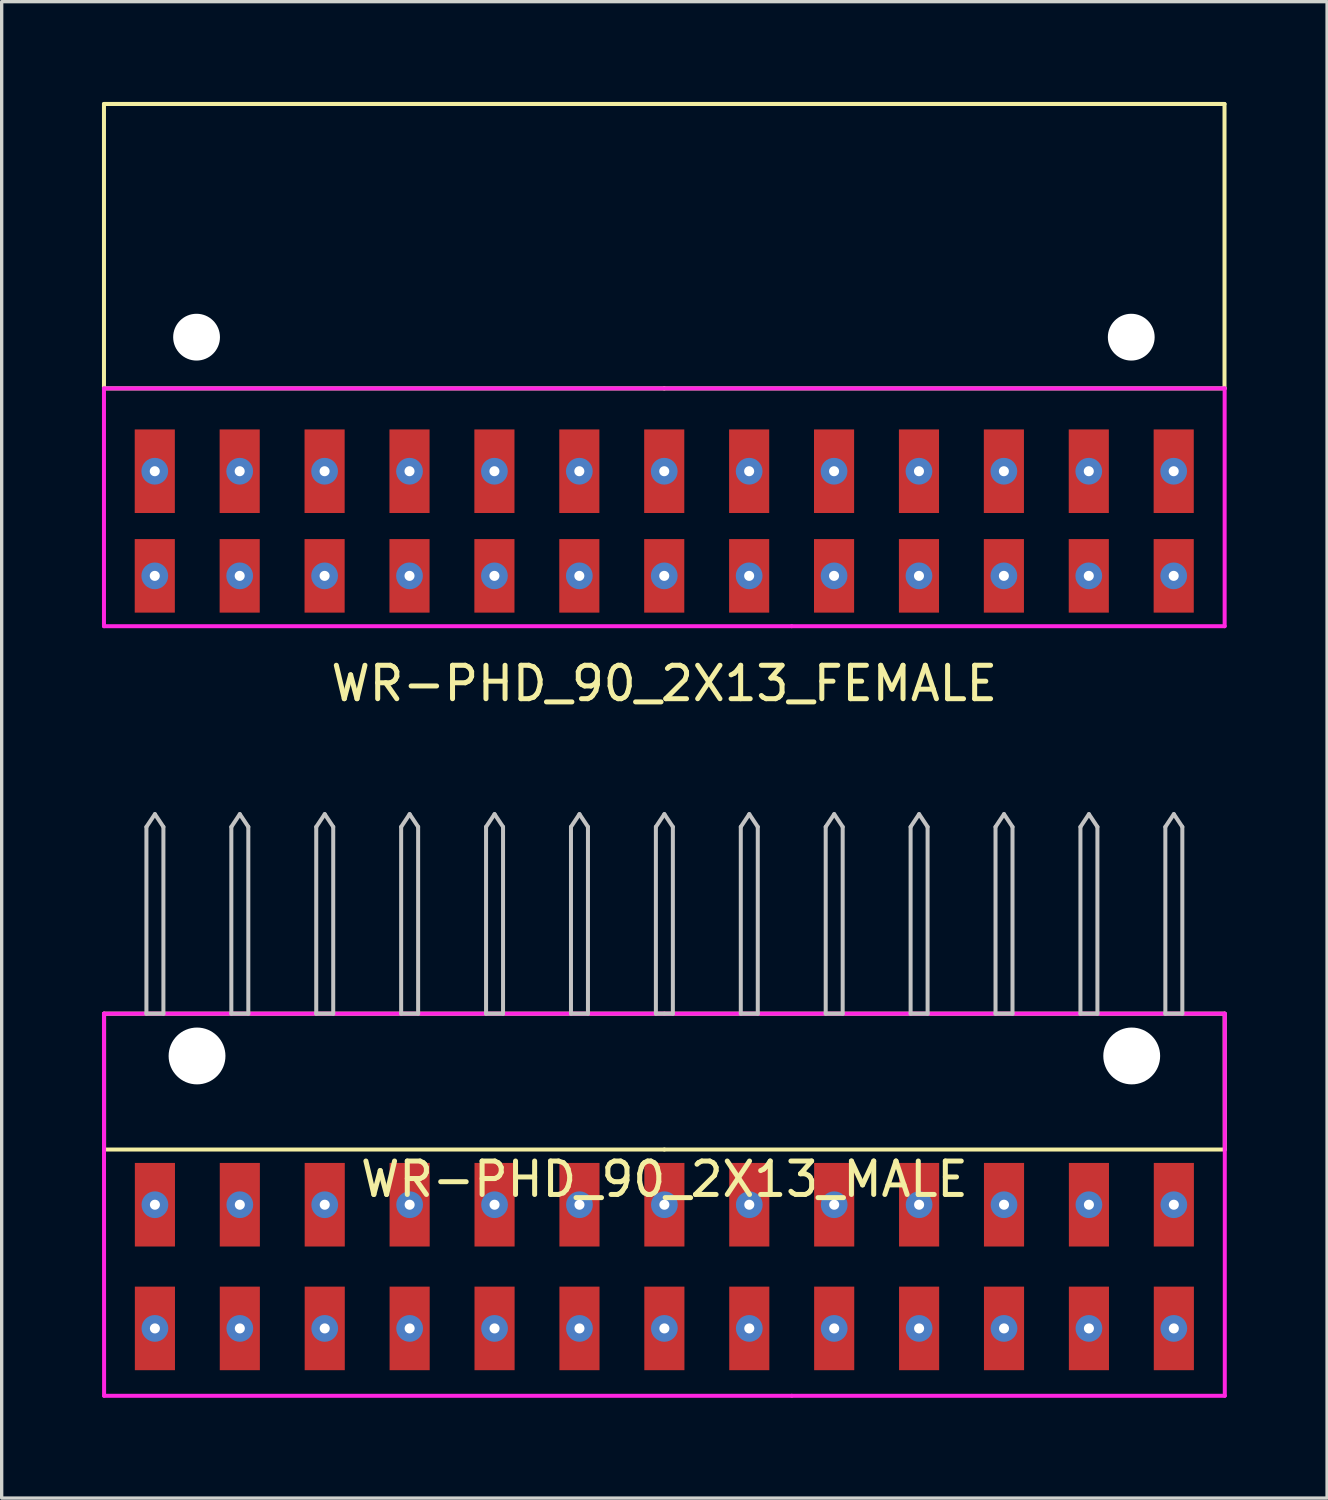
<source format=kicad_pcb>
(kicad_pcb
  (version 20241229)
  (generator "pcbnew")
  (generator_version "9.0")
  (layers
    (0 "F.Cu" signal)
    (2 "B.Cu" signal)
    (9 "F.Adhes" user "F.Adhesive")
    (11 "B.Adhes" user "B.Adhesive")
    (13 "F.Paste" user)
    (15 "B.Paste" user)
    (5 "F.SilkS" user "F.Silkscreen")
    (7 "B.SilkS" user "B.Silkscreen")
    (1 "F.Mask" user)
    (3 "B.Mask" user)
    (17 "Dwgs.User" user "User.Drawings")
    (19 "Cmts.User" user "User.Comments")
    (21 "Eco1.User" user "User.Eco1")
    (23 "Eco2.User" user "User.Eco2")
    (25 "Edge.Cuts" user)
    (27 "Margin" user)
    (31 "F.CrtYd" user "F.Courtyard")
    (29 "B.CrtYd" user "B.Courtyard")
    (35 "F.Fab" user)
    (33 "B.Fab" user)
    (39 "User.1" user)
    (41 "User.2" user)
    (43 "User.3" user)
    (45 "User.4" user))
  (footprint "WR-PHD_90_2X13_FEMALE"
    (layer "F.Cu")
    (at 16.82 11.046)
    (property "Reference" "WR-PHD_90_2X13_FEMALE" (at 0 6.35 180) (layer "F.SilkS") (effects (font (size 1 1) (thickness 0.15))))
    (attr smd)
    (fp_line (start -16.76 -10.986) (end -0.004 -10.986) (stroke (width 0.12) (type solid)) (layer "F.SilkS"))
    (fp_line (start -16.76 -2.477) (end -16.76 -10.986) (stroke (width 0.12) (type solid)) (layer "F.SilkS"))
    (fp_line (start -16.76 -2.477) (end 0 -2.477) (stroke (width 0.12) (type solid)) (layer "F.SilkS"))
    (fp_line (start 0 -10.986) (end 16.76 -10.986) (stroke (width 0.12) (type solid)) (layer "F.SilkS"))
    (fp_line (start 0 -2.477) (end 16.76 -2.477) (stroke (width 0.12) (type solid)) (layer "F.SilkS"))
    (fp_line (start 16.76 -2.477) (end 16.76 -10.986) (stroke (width 0.12) (type solid)) (layer "F.SilkS"))
    (fp_line (start -16.76 -2.477) (end -16.76 4.636) (stroke (width 0.12) (type solid)) (layer "F.CrtYd"))
    (fp_line (start -16.76 -2.477) (end 16.764 -2.477) (stroke (width 0.12) (type solid)) (layer "F.CrtYd"))
    (fp_line (start -16.76 4.636) (end 3.81 4.636) (stroke (width 0.12) (type solid)) (layer "F.CrtYd"))
    (fp_line (start 3.814 4.636) (end 16.764 4.636) (stroke (width 0.12) (type solid)) (layer "F.CrtYd"))
    (fp_line (start 16.764 -2.477) (end 16.764 4.636) (stroke (width 0.12) (type solid)) (layer "F.CrtYd"))
    (pad "" np_thru_hole circle (at -13.99 -4.01) (size 1.4 1.4) (drill 1.4) (layers "*.Cu" "*.Mask"))
    (pad "" np_thru_hole circle (at 13.97 -4.01) (size 1.4 1.4) (drill 1.4) (layers "*.Cu" "*.Mask"))
    (pad "1" thru_hole circle (at -15.24 3.13) (size 0.8 0.8) (drill 0.3) (layers "*.Cu" "*.Mask"))
    (pad "1" smd rect (at -15.24 3.13) (size 1.2 2.2) (layers "F.Cu" "F.Mask" "F.Paste"))
    (pad "2" thru_hole circle (at -15.24 0) (size 0.8 0.8) (drill 0.3) (layers "*.Cu" "*.Mask"))
    (pad "2" smd rect (at -15.24 0) (size 1.2 2.5) (layers "F.Cu" "F.Mask" "F.Paste"))
    (pad "3" thru_hole circle (at -12.7 3.13) (size 0.8 0.8) (drill 0.3) (layers "*.Cu" "*.Mask"))
    (pad "3" smd rect (at -12.7 3.13) (size 1.2 2.2) (layers "F.Cu" "F.Mask" "F.Paste"))
    (pad "4" thru_hole circle (at -12.7 0) (size 0.8 0.8) (drill 0.3) (layers "*.Cu" "*.Mask"))
    (pad "4" smd rect (at -12.7 0) (size 1.2 2.5) (layers "F.Cu" "F.Mask" "F.Paste"))
    (pad "5" thru_hole circle (at -10.16 3.13) (size 0.8 0.8) (drill 0.3) (layers "*.Cu" "*.Mask"))
    (pad "5" smd rect (at -10.16 3.13) (size 1.2 2.2) (layers "F.Cu" "F.Mask" "F.Paste"))
    (pad "6" thru_hole circle (at -10.16 0) (size 0.8 0.8) (drill 0.3) (layers "*.Cu" "*.Mask"))
    (pad "6" smd rect (at -10.16 0) (size 1.2 2.5) (layers "F.Cu" "F.Mask" "F.Paste"))
    (pad "7" thru_hole circle (at -7.62 3.13) (size 0.8 0.8) (drill 0.3) (layers "*.Cu" "*.Mask"))
    (pad "7" smd rect (at -7.62 3.13) (size 1.2 2.2) (layers "F.Cu" "F.Mask" "F.Paste"))
    (pad "8" thru_hole circle (at -7.62 0) (size 0.8 0.8) (drill 0.3) (layers "*.Cu" "*.Mask"))
    (pad "8" smd rect (at -7.62 0) (size 1.2 2.5) (layers "F.Cu" "F.Mask" "F.Paste"))
    (pad "9" thru_hole circle (at -5.08 3.13) (size 0.8 0.8) (drill 0.3) (layers "*.Cu" "*.Mask"))
    (pad "9" smd rect (at -5.08 3.13) (size 1.2 2.2) (layers "F.Cu" "F.Mask" "F.Paste"))
    (pad "10" thru_hole circle (at -5.08 0) (size 0.8 0.8) (drill 0.3) (layers "*.Cu" "*.Mask"))
    (pad "10" smd rect (at -5.08 0) (size 1.2 2.5) (layers "F.Cu" "F.Mask" "F.Paste"))
    (pad "11" thru_hole circle (at -2.54 3.13) (size 0.8 0.8) (drill 0.3) (layers "*.Cu" "*.Mask"))
    (pad "11" smd rect (at -2.54 3.13) (size 1.2 2.2) (layers "F.Cu" "F.Mask" "F.Paste"))
    (pad "12" thru_hole circle (at -2.54 0) (size 0.8 0.8) (drill 0.3) (layers "*.Cu" "*.Mask"))
    (pad "12" smd rect (at -2.54 0) (size 1.2 2.5) (layers "F.Cu" "F.Mask" "F.Paste"))
    (pad "13" thru_hole circle (at 0 3.13) (size 0.8 0.8) (drill 0.3) (layers "*.Cu" "*.Mask"))
    (pad "13" smd rect (at 0 3.13) (size 1.2 2.2) (layers "F.Cu" "F.Mask" "F.Paste"))
    (pad "14" thru_hole circle (at 0 0) (size 0.8 0.8) (drill 0.3) (layers "*.Cu" "*.Mask"))
    (pad "14" smd rect (at 0 0) (size 1.2 2.5) (layers "F.Cu" "F.Mask" "F.Paste"))
    (pad "15" thru_hole circle (at 2.54 3.13) (size 0.8 0.8) (drill 0.3) (layers "*.Cu" "*.Mask"))
    (pad "15" smd rect (at 2.54 3.13) (size 1.2 2.2) (layers "F.Cu" "F.Mask" "F.Paste"))
    (pad "16" thru_hole circle (at 2.54 0) (size 0.8 0.8) (drill 0.3) (layers "*.Cu" "*.Mask"))
    (pad "16" smd rect (at 2.54 0) (size 1.2 2.5) (layers "F.Cu" "F.Mask" "F.Paste"))
    (pad "17" thru_hole circle (at 5.08 3.13) (size 0.8 0.8) (drill 0.3) (layers "*.Cu" "*.Mask"))
    (pad "17" smd rect (at 5.08 3.13) (size 1.2 2.2) (layers "F.Cu" "F.Mask" "F.Paste"))
    (pad "18" thru_hole circle (at 5.08 0) (size 0.8 0.8) (drill 0.3) (layers "*.Cu" "*.Mask"))
    (pad "18" smd rect (at 5.08 0) (size 1.2 2.5) (layers "F.Cu" "F.Mask" "F.Paste"))
    (pad "19" thru_hole circle (at 7.62 3.13) (size 0.8 0.8) (drill 0.3) (layers "*.Cu" "*.Mask"))
    (pad "19" smd rect (at 7.62 3.13) (size 1.2 2.2) (layers "F.Cu" "F.Mask" "F.Paste"))
    (pad "20" thru_hole circle (at 7.62 0) (size 0.8 0.8) (drill 0.3) (layers "*.Cu" "*.Mask"))
    (pad "20" smd rect (at 7.62 0) (size 1.2 2.5) (layers "F.Cu" "F.Mask" "F.Paste"))
    (pad "21" thru_hole circle (at 10.16 3.13) (size 0.8 0.8) (drill 0.3) (layers "*.Cu" "*.Mask"))
    (pad "21" smd rect (at 10.16 3.13) (size 1.2 2.2) (layers "F.Cu" "F.Mask" "F.Paste"))
    (pad "22" thru_hole circle (at 10.16 0) (size 0.8 0.8) (drill 0.3) (layers "*.Cu" "*.Mask"))
    (pad "22" smd rect (at 10.16 0) (size 1.2 2.5) (layers "F.Cu" "F.Mask" "F.Paste"))
    (pad "23" thru_hole circle (at 12.7 3.13) (size 0.8 0.8) (drill 0.3) (layers "*.Cu" "*.Mask"))
    (pad "23" smd rect (at 12.7 3.13) (size 1.2 2.2) (layers "F.Cu" "F.Mask" "F.Paste"))
    (pad "24" thru_hole circle (at 12.7 0) (size 0.8 0.8) (drill 0.3) (layers "*.Cu" "*.Mask"))
    (pad "24" smd rect (at 12.7 0) (size 1.2 2.5) (layers "F.Cu" "F.Mask" "F.Paste"))
    (pad "25" thru_hole circle (at 15.24 3.13) (size 0.8 0.8) (drill 0.3) (layers "*.Cu" "*.Mask"))
    (pad "25" smd rect (at 15.24 3.13) (size 1.2 2.2) (layers "F.Cu" "F.Mask" "F.Paste"))
    (pad "26" thru_hole circle (at 15.24 0) (size 0.8 0.8) (drill 0.3) (layers "*.Cu" "*.Mask"))
    (pad "26" smd rect (at 15.24 0) (size 1.2 2.5) (layers "F.Cu" "F.Mask" "F.Paste")))
  (footprint "WR-PHD_90_2X13_MALE"
    (layer "F.Cu")
    (at 16.824 32.988)
    (property "Reference" "WR-PHD_90_2X13_MALE" (at 0 -0.762 180) (layer "F.SilkS") (effects (font (size 1 1) (thickness 0.15))))
    (attr smd)
    (fp_line (start -16.76 -5.715) (end 0 -5.715) (stroke (width 0.12) (type solid)) (layer "F.SilkS"))
    (fp_line (start -16.76 -1.651) (end -16.76 -5.715) (stroke (width 0.12) (type solid)) (layer "F.SilkS"))
    (fp_line (start -16.76 -1.651) (end 0 -1.651) (stroke (width 0.12) (type solid)) (layer "F.SilkS"))
    (fp_line (start 0 -5.715) (end 16.76 -5.715) (stroke (width 0.12) (type solid)) (layer "F.SilkS"))
    (fp_line (start 0 -1.651) (end 16.76 -1.651) (stroke (width 0.12) (type solid)) (layer "F.SilkS"))
    (fp_line (start 16.764 -1.651) (end 16.76 -5.715) (stroke (width 0.12) (type solid)) (layer "F.SilkS"))
    (fp_line (start -15.494 -5.715) (end -15.494 -11.303) (stroke (width 0.12) (type solid)) (layer "Dwgs.User"))
    (fp_line (start -15.494 -5.715) (end -14.986 -5.715) (stroke (width 0.12) (type solid)) (layer "Dwgs.User"))
    (fp_line (start -15.24 -11.684) (end -15.494 -11.303) (stroke (width 0.12) (type solid)) (layer "Dwgs.User"))
    (fp_line (start -15.24 -11.684) (end -14.986 -11.303) (stroke (width 0.12) (type solid)) (layer "Dwgs.User"))
    (fp_line (start -14.986 -5.715) (end -14.986 -11.303) (stroke (width 0.12) (type solid)) (layer "Dwgs.User"))
    (fp_line (start -12.954 -5.715) (end -12.954 -11.303) (stroke (width 0.12) (type solid)) (layer "Dwgs.User"))
    (fp_line (start -12.954 -5.715) (end -12.446 -5.715) (stroke (width 0.12) (type solid)) (layer "Dwgs.User"))
    (fp_line (start -12.7 -11.684) (end -12.954 -11.303) (stroke (width 0.12) (type solid)) (layer "Dwgs.User"))
    (fp_line (start -12.7 -11.684) (end -12.446 -11.303) (stroke (width 0.12) (type solid)) (layer "Dwgs.User"))
    (fp_line (start -12.446 -5.715) (end -12.446 -11.303) (stroke (width 0.12) (type solid)) (layer "Dwgs.User"))
    (fp_line (start -10.414 -5.715) (end -10.414 -11.303) (stroke (width 0.12) (type solid)) (layer "Dwgs.User"))
    (fp_line (start -10.414 -5.715) (end -9.906 -5.715) (stroke (width 0.12) (type solid)) (layer "Dwgs.User"))
    (fp_line (start -10.16 -11.684) (end -10.414 -11.303) (stroke (width 0.12) (type solid)) (layer "Dwgs.User"))
    (fp_line (start -10.16 -11.684) (end -9.906 -11.303) (stroke (width 0.12) (type solid)) (layer "Dwgs.User"))
    (fp_line (start -9.906 -5.715) (end -9.906 -11.303) (stroke (width 0.12) (type solid)) (layer "Dwgs.User"))
    (fp_line (start -7.874 -5.715) (end -7.874 -11.303) (stroke (width 0.12) (type solid)) (layer "Dwgs.User"))
    (fp_line (start -7.874 -5.715) (end -7.366 -5.715) (stroke (width 0.12) (type solid)) (layer "Dwgs.User"))
    (fp_line (start -7.62 -11.684) (end -7.874 -11.303) (stroke (width 0.12) (type solid)) (layer "Dwgs.User"))
    (fp_line (start -7.62 -11.684) (end -7.366 -11.303) (stroke (width 0.12) (type solid)) (layer "Dwgs.User"))
    (fp_line (start -7.366 -5.715) (end -7.366 -11.303) (stroke (width 0.12) (type solid)) (layer "Dwgs.User"))
    (fp_line (start -5.334 -5.715) (end -5.334 -11.303) (stroke (width 0.12) (type solid)) (layer "Dwgs.User"))
    (fp_line (start -5.334 -5.715) (end -4.826 -5.715) (stroke (width 0.12) (type solid)) (layer "Dwgs.User"))
    (fp_line (start -5.08 -11.684) (end -5.334 -11.303) (stroke (width 0.12) (type solid)) (layer "Dwgs.User"))
    (fp_line (start -5.08 -11.684) (end -4.826 -11.303) (stroke (width 0.12) (type solid)) (layer "Dwgs.User"))
    (fp_line (start -4.826 -5.715) (end -4.826 -11.303) (stroke (width 0.12) (type solid)) (layer "Dwgs.User"))
    (fp_line (start -2.794 -5.715) (end -2.794 -11.303) (stroke (width 0.12) (type solid)) (layer "Dwgs.User"))
    (fp_line (start -2.794 -5.715) (end -2.286 -5.715) (stroke (width 0.12) (type solid)) (layer "Dwgs.User"))
    (fp_line (start -2.54 -11.684) (end -2.794 -11.303) (stroke (width 0.12) (type solid)) (layer "Dwgs.User"))
    (fp_line (start -2.54 -11.684) (end -2.286 -11.303) (stroke (width 0.12) (type solid)) (layer "Dwgs.User"))
    (fp_line (start -2.286 -5.715) (end -2.286 -11.303) (stroke (width 0.12) (type solid)) (layer "Dwgs.User"))
    (fp_line (start -0.254 -5.715) (end -0.254 -11.303) (stroke (width 0.12) (type solid)) (layer "Dwgs.User"))
    (fp_line (start -0.254 -5.715) (end 0.254 -5.715) (stroke (width 0.12) (type solid)) (layer "Dwgs.User"))
    (fp_line (start 0 -11.684) (end -0.254 -11.303) (stroke (width 0.12) (type solid)) (layer "Dwgs.User"))
    (fp_line (start 0 -11.684) (end 0.254 -11.303) (stroke (width 0.12) (type solid)) (layer "Dwgs.User"))
    (fp_line (start 0.254 -5.715) (end 0.254 -11.303) (stroke (width 0.12) (type solid)) (layer "Dwgs.User"))
    (fp_line (start 2.286 -5.715) (end 2.286 -11.303) (stroke (width 0.12) (type solid)) (layer "Dwgs.User"))
    (fp_line (start 2.286 -5.715) (end 2.794 -5.715) (stroke (width 0.12) (type solid)) (layer "Dwgs.User"))
    (fp_line (start 2.54 -11.684) (end 2.286 -11.303) (stroke (width 0.12) (type solid)) (layer "Dwgs.User"))
    (fp_line (start 2.54 -11.684) (end 2.794 -11.303) (stroke (width 0.12) (type solid)) (layer "Dwgs.User"))
    (fp_line (start 2.794 -5.715) (end 2.794 -11.303) (stroke (width 0.12) (type solid)) (layer "Dwgs.User"))
    (fp_line (start 4.826 -5.715) (end 4.826 -11.303) (stroke (width 0.12) (type solid)) (layer "Dwgs.User"))
    (fp_line (start 4.826 -5.715) (end 5.334 -5.715) (stroke (width 0.12) (type solid)) (layer "Dwgs.User"))
    (fp_line (start 5.08 -11.684) (end 4.826 -11.303) (stroke (width 0.12) (type solid)) (layer "Dwgs.User"))
    (fp_line (start 5.08 -11.684) (end 5.334 -11.303) (stroke (width 0.12) (type solid)) (layer "Dwgs.User"))
    (fp_line (start 5.334 -5.715) (end 5.334 -11.303) (stroke (width 0.12) (type solid)) (layer "Dwgs.User"))
    (fp_line (start 7.366 -5.715) (end 7.366 -11.303) (stroke (width 0.12) (type solid)) (layer "Dwgs.User"))
    (fp_line (start 7.366 -5.715) (end 7.874 -5.715) (stroke (width 0.12) (type solid)) (layer "Dwgs.User"))
    (fp_line (start 7.62 -11.684) (end 7.366 -11.303) (stroke (width 0.12) (type solid)) (layer "Dwgs.User"))
    (fp_line (start 7.62 -11.684) (end 7.874 -11.303) (stroke (width 0.12) (type solid)) (layer "Dwgs.User"))
    (fp_line (start 7.874 -5.715) (end 7.874 -11.303) (stroke (width 0.12) (type solid)) (layer "Dwgs.User"))
    (fp_line (start 9.906 -5.715) (end 9.906 -11.303) (stroke (width 0.12) (type solid)) (layer "Dwgs.User"))
    (fp_line (start 9.906 -5.715) (end 10.414 -5.715) (stroke (width 0.12) (type solid)) (layer "Dwgs.User"))
    (fp_line (start 10.16 -11.684) (end 9.906 -11.303) (stroke (width 0.12) (type solid)) (layer "Dwgs.User"))
    (fp_line (start 10.16 -11.684) (end 10.414 -11.303) (stroke (width 0.12) (type solid)) (layer "Dwgs.User"))
    (fp_line (start 10.414 -5.715) (end 10.414 -11.303) (stroke (width 0.12) (type solid)) (layer "Dwgs.User"))
    (fp_line (start 12.446 -5.715) (end 12.446 -11.303) (stroke (width 0.12) (type solid)) (layer "Dwgs.User"))
    (fp_line (start 12.446 -5.715) (end 12.954 -5.715) (stroke (width 0.12) (type solid)) (layer "Dwgs.User"))
    (fp_line (start 12.7 -11.684) (end 12.446 -11.303) (stroke (width 0.12) (type solid)) (layer "Dwgs.User"))
    (fp_line (start 12.7 -11.684) (end 12.954 -11.303) (stroke (width 0.12) (type solid)) (layer "Dwgs.User"))
    (fp_line (start 12.954 -5.715) (end 12.954 -11.303) (stroke (width 0.12) (type solid)) (layer "Dwgs.User"))
    (fp_line (start 14.986 -5.715) (end 14.986 -11.303) (stroke (width 0.12) (type solid)) (layer "Dwgs.User"))
    (fp_line (start 14.986 -5.715) (end 15.494 -5.715) (stroke (width 0.12) (type solid)) (layer "Dwgs.User"))
    (fp_line (start 15.24 -11.684) (end 14.986 -11.303) (stroke (width 0.12) (type solid)) (layer "Dwgs.User"))
    (fp_line (start 15.24 -11.684) (end 15.494 -11.303) (stroke (width 0.12) (type solid)) (layer "Dwgs.User"))
    (fp_line (start 15.494 -5.715) (end 15.494 -11.303) (stroke (width 0.12) (type solid)) (layer "Dwgs.User"))
    (fp_line (start -16.764 -5.715) (end -16.76 5.715) (stroke (width 0.12) (type solid)) (layer "F.CrtYd"))
    (fp_line (start -16.76 5.715) (end 3.81 5.715) (stroke (width 0.12) (type solid)) (layer "F.CrtYd"))
    (fp_line (start 3.814 5.715) (end 16.764 5.715) (stroke (width 0.12) (type solid)) (layer "F.CrtYd"))
    (fp_line (start 16.764 -5.715) (end -16.764 -5.715) (stroke (width 0.12) (type solid)) (layer "F.CrtYd"))
    (fp_line (start 16.764 -5.715) (end 16.764 5.715) (stroke (width 0.12) (type solid)) (layer "F.CrtYd"))
    (pad "" np_thru_hole circle (at -13.98 -4.45) (size 1.7 1.7) (drill 1.7) (layers "*.Cu" "*.Mask"))
    (pad "" np_thru_hole circle (at 13.98 -4.45) (size 1.7 1.7) (drill 1.7) (layers "*.Cu" "*.Mask"))
    (pad "1" thru_hole circle (at 15.24 3.7) (size 0.8 0.8) (drill 0.3) (layers "*.Cu" "*.Mask"))
    (pad "1" smd rect (at 15.24 3.7) (size 1.2 2.5) (layers "F.Cu" "F.Mask" "F.Paste"))
    (pad "2" thru_hole circle (at 15.24 0) (size 0.8 0.8) (drill 0.3) (layers "*.Cu" "*.Mask"))
    (pad "2" smd rect (at 15.24 0) (size 1.2 2.5) (layers "F.Cu" "F.Mask" "F.Paste"))
    (pad "3" thru_hole circle (at 12.7 3.7) (size 0.8 0.8) (drill 0.3) (layers "*.Cu" "*.Mask"))
    (pad "3" smd rect (at 12.7 3.7) (size 1.2 2.5) (layers "F.Cu" "F.Mask" "F.Paste"))
    (pad "4" thru_hole circle (at 12.7 0) (size 0.8 0.8) (drill 0.3) (layers "*.Cu" "*.Mask"))
    (pad "4" smd rect (at 12.7 0) (size 1.2 2.5) (layers "F.Cu" "F.Mask" "F.Paste"))
    (pad "5" thru_hole circle (at 10.16 3.7) (size 0.8 0.8) (drill 0.3) (layers "*.Cu" "*.Mask"))
    (pad "5" smd rect (at 10.16 3.7) (size 1.2 2.5) (layers "F.Cu" "F.Mask" "F.Paste"))
    (pad "6" thru_hole circle (at 10.16 0) (size 0.8 0.8) (drill 0.3) (layers "*.Cu" "*.Mask"))
    (pad "6" smd rect (at 10.16 0) (size 1.2 2.5) (layers "F.Cu" "F.Mask" "F.Paste"))
    (pad "7" thru_hole circle (at 7.62 3.7) (size 0.8 0.8) (drill 0.3) (layers "*.Cu" "*.Mask"))
    (pad "7" smd rect (at 7.62 3.7) (size 1.2 2.5) (layers "F.Cu" "F.Mask" "F.Paste"))
    (pad "8" thru_hole circle (at 7.62 0) (size 0.8 0.8) (drill 0.3) (layers "*.Cu" "*.Mask"))
    (pad "8" smd rect (at 7.62 0) (size 1.2 2.5) (layers "F.Cu" "F.Mask" "F.Paste"))
    (pad "9" thru_hole circle (at 5.08 3.7) (size 0.8 0.8) (drill 0.3) (layers "*.Cu" "*.Mask"))
    (pad "9" smd rect (at 5.08 3.7) (size 1.2 2.5) (layers "F.Cu" "F.Mask" "F.Paste"))
    (pad "10" thru_hole circle (at 5.08 0) (size 0.8 0.8) (drill 0.3) (layers "*.Cu" "*.Mask"))
    (pad "10" smd rect (at 5.08 0) (size 1.2 2.5) (layers "F.Cu" "F.Mask" "F.Paste"))
    (pad "11" thru_hole circle (at 2.54 3.7) (size 0.8 0.8) (drill 0.3) (layers "*.Cu" "*.Mask"))
    (pad "11" smd rect (at 2.54 3.7) (size 1.2 2.5) (layers "F.Cu" "F.Mask" "F.Paste"))
    (pad "12" thru_hole circle (at 2.54 0) (size 0.8 0.8) (drill 0.3) (layers "*.Cu" "*.Mask"))
    (pad "12" smd rect (at 2.54 0) (size 1.2 2.5) (layers "F.Cu" "F.Mask" "F.Paste"))
    (pad "13" thru_hole circle (at 0 3.7) (size 0.8 0.8) (drill 0.3) (layers "*.Cu" "*.Mask"))
    (pad "13" smd rect (at 0 3.7) (size 1.2 2.5) (layers "F.Cu" "F.Mask" "F.Paste"))
    (pad "14" thru_hole circle (at 0 0) (size 0.8 0.8) (drill 0.3) (layers "*.Cu" "*.Mask"))
    (pad "14" smd rect (at 0 0) (size 1.2 2.5) (layers "F.Cu" "F.Mask" "F.Paste"))
    (pad "15" thru_hole circle (at -2.54 3.7) (size 0.8 0.8) (drill 0.3) (layers "*.Cu" "*.Mask"))
    (pad "15" smd rect (at -2.54 3.7) (size 1.2 2.5) (layers "F.Cu" "F.Mask" "F.Paste"))
    (pad "16" thru_hole circle (at -2.54 0) (size 0.8 0.8) (drill 0.3) (layers "*.Cu" "*.Mask"))
    (pad "16" smd rect (at -2.54 0) (size 1.2 2.5) (layers "F.Cu" "F.Mask" "F.Paste"))
    (pad "17" thru_hole circle (at -5.08 3.7) (size 0.8 0.8) (drill 0.3) (layers "*.Cu" "*.Mask"))
    (pad "17" smd rect (at -5.08 3.7) (size 1.2 2.5) (layers "F.Cu" "F.Mask" "F.Paste"))
    (pad "18" thru_hole circle (at -5.08 0) (size 0.8 0.8) (drill 0.3) (layers "*.Cu" "*.Mask"))
    (pad "18" smd rect (at -5.08 0) (size 1.2 2.5) (layers "F.Cu" "F.Mask" "F.Paste"))
    (pad "19" thru_hole circle (at -7.62 3.7) (size 0.8 0.8) (drill 0.3) (layers "*.Cu" "*.Mask"))
    (pad "19" smd rect (at -7.62 3.7) (size 1.2 2.5) (layers "F.Cu" "F.Mask" "F.Paste"))
    (pad "20" thru_hole circle (at -7.62 0) (size 0.8 0.8) (drill 0.3) (layers "*.Cu" "*.Mask"))
    (pad "20" smd rect (at -7.62 0) (size 1.2 2.5) (layers "F.Cu" "F.Mask" "F.Paste"))
    (pad "21" thru_hole circle (at -10.16 3.7) (size 0.8 0.8) (drill 0.3) (layers "*.Cu" "*.Mask"))
    (pad "21" smd rect (at -10.16 3.7) (size 1.2 2.5) (layers "F.Cu" "F.Mask" "F.Paste"))
    (pad "22" thru_hole circle (at -10.16 0) (size 0.8 0.8) (drill 0.3) (layers "*.Cu" "*.Mask"))
    (pad "22" smd rect (at -10.16 0) (size 1.2 2.5) (layers "F.Cu" "F.Mask" "F.Paste"))
    (pad "23" thru_hole circle (at -12.7 3.7) (size 0.8 0.8) (drill 0.3) (layers "*.Cu" "*.Mask"))
    (pad "23" smd rect (at -12.7 3.7) (size 1.2 2.5) (layers "F.Cu" "F.Mask" "F.Paste"))
    (pad "24" thru_hole circle (at -12.7 0) (size 0.8 0.8) (drill 0.3) (layers "*.Cu" "*.Mask"))
    (pad "24" smd rect (at -12.7 0) (size 1.2 2.5) (layers "F.Cu" "F.Mask" "F.Paste"))
    (pad "25" thru_hole circle (at -15.24 3.7) (size 0.8 0.8) (drill 0.3) (layers "*.Cu" "*.Mask"))
    (pad "25" smd rect (at -15.24 3.7) (size 1.2 2.5) (layers "F.Cu" "F.Mask" "F.Paste"))
    (pad "26" thru_hole circle (at -15.24 0) (size 0.8 0.8) (drill 0.3) (layers "*.Cu" "*.Mask"))
    (pad "26" smd rect (at -15.24 0) (size 1.2 2.5) (layers "F.Cu" "F.Mask" "F.Paste")))
  (gr_rect
    (start -3 -3)
    (end 36.648 41.763)
    (stroke (width 0.1) (type default))
    (fill no)
    (layer "Edge.Cuts")))
</source>
